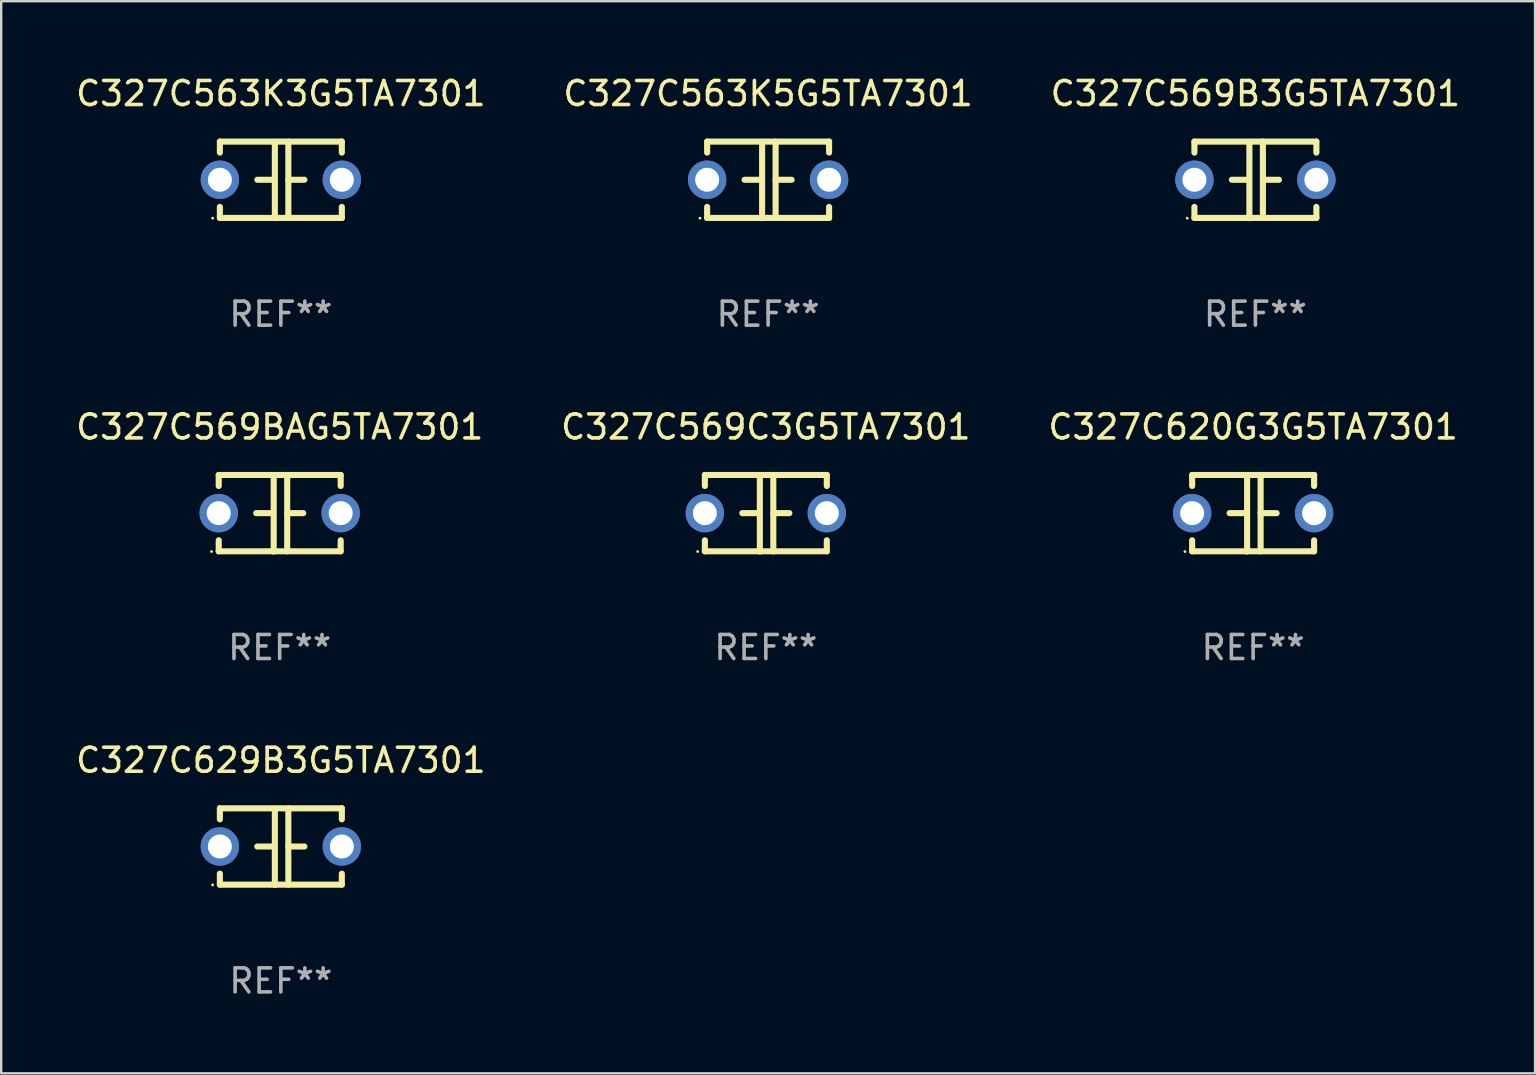
<source format=kicad_pcb>
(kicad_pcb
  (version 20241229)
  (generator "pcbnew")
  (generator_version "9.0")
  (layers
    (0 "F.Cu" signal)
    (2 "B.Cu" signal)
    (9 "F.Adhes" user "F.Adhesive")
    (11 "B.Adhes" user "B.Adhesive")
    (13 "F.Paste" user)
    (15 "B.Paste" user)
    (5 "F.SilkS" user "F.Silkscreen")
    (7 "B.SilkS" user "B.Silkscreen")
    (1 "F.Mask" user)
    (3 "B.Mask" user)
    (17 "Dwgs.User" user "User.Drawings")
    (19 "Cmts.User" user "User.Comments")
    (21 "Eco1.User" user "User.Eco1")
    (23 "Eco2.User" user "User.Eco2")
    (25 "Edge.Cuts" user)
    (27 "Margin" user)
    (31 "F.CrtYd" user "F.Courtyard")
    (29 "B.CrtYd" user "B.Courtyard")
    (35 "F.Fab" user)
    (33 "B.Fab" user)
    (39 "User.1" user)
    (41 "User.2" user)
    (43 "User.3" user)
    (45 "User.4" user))
  (footprint "C327C620G3G5TA7301"
    (layer "F.Cu")
    (at 49.149 18.33)
    (property "Reference" "C327C620G3G5TA7301" (at 0 -3.595 0) (layer "F.SilkS") (effects (font (size 1 1) (thickness 0.15))))
    (attr through_hole)
    (fp_line (start -2.54 -1.595) (end -2.54 -1.136) (stroke (width 0.254) (type solid)) (layer "F.SilkS"))
    (fp_line (start -2.54 -1.595) (end 2.54 -1.595) (stroke (width 0.254) (type solid)) (layer "F.SilkS"))
    (fp_line (start -2.54 1.126) (end -2.54 1.585) (stroke (width 0.254) (type solid)) (layer "F.SilkS"))
    (fp_line (start -0.312 -0.005) (end -0.98 -0.005) (stroke (width 0.254) (type solid)) (layer "F.SilkS"))
    (fp_line (start -0.25 -1.585) (end -0.25 1.595) (stroke (width 0.254) (type solid)) (layer "F.SilkS"))
    (fp_line (start 0.312 -1.595) (end 0.312 1.585) (stroke (width 0.254) (type solid)) (layer "F.SilkS"))
    (fp_line (start 0.312 -0.005) (end 0.98 -0.005) (stroke (width 0.254) (type solid)) (layer "F.SilkS"))
    (fp_line (start 2.54 -1.595) (end 2.54 -1.136) (stroke (width 0.254) (type solid)) (layer "F.SilkS"))
    (fp_line (start 2.54 1.126) (end 2.54 1.585) (stroke (width 0.254) (type solid)) (layer "F.SilkS"))
    (fp_line (start 2.54 1.585) (end -2.54 1.585) (stroke (width 0.254) (type solid)) (layer "F.SilkS"))
    (fp_circle (center -2.84 1.595) (end -2.81 1.595) (stroke (width 0.06) (type solid)) (fill no) (layer "F.SilkS"))
    (fp_text user "REF**" (at 0 5.595 0) (layer "F.Fab") (effects (font (size 1 1) (thickness 0.15))))
    (pad "1" thru_hole circle (at -2.54 -0.005) (size 1.6 1.6) (drill 1) (layers "*.Cu" "*.Mask"))
    (pad "2" thru_hole circle (at 2.54 -0.005) (size 1.6 1.6) (drill 1) (layers "*.Cu" "*.Mask")))
  (footprint "C327C569B3G5TA7301"
    (layer "F.Cu")
    (at 49.244 4.443)
    (property "Reference" "C327C569B3G5TA7301" (at 0 -3.595 0) (layer "F.SilkS") (effects (font (size 1 1) (thickness 0.15))))
    (attr through_hole)
    (fp_line (start -2.54 -1.595) (end -2.54 -1.136) (stroke (width 0.254) (type solid)) (layer "F.SilkS"))
    (fp_line (start -2.54 -1.595) (end 2.54 -1.595) (stroke (width 0.254) (type solid)) (layer "F.SilkS"))
    (fp_line (start -2.54 1.126) (end -2.54 1.585) (stroke (width 0.254) (type solid)) (layer "F.SilkS"))
    (fp_line (start -0.312 -0.005) (end -0.98 -0.005) (stroke (width 0.254) (type solid)) (layer "F.SilkS"))
    (fp_line (start -0.25 -1.585) (end -0.25 1.595) (stroke (width 0.254) (type solid)) (layer "F.SilkS"))
    (fp_line (start 0.312 -1.595) (end 0.312 1.585) (stroke (width 0.254) (type solid)) (layer "F.SilkS"))
    (fp_line (start 0.312 -0.005) (end 0.98 -0.005) (stroke (width 0.254) (type solid)) (layer "F.SilkS"))
    (fp_line (start 2.54 -1.595) (end 2.54 -1.136) (stroke (width 0.254) (type solid)) (layer "F.SilkS"))
    (fp_line (start 2.54 1.126) (end 2.54 1.585) (stroke (width 0.254) (type solid)) (layer "F.SilkS"))
    (fp_line (start 2.54 1.585) (end -2.54 1.585) (stroke (width 0.254) (type solid)) (layer "F.SilkS"))
    (fp_circle (center -2.84 1.595) (end -2.81 1.595) (stroke (width 0.06) (type solid)) (fill no) (layer "F.SilkS"))
    (fp_text user "REF**" (at 0 5.595 0) (layer "F.Fab") (effects (font (size 1 1) (thickness 0.15))))
    (pad "1" thru_hole circle (at -2.54 -0.005) (size 1.6 1.6) (drill 1) (layers "*.Cu" "*.Mask"))
    (pad "2" thru_hole circle (at 2.54 -0.005) (size 1.6 1.6) (drill 1) (layers "*.Cu" "*.Mask")))
  (footprint "C327C563K3G5TA7301"
    (layer "F.Cu")
    (at 8.649 4.443)
    (property "Reference" "C327C563K3G5TA7301" (at 0 -3.595 0) (layer "F.SilkS") (effects (font (size 1 1) (thickness 0.15))))
    (attr through_hole)
    (fp_line (start -2.54 -1.595) (end -2.54 -1.136) (stroke (width 0.254) (type solid)) (layer "F.SilkS"))
    (fp_line (start -2.54 -1.595) (end 2.54 -1.595) (stroke (width 0.254) (type solid)) (layer "F.SilkS"))
    (fp_line (start -2.54 1.126) (end -2.54 1.585) (stroke (width 0.254) (type solid)) (layer "F.SilkS"))
    (fp_line (start -0.312 -0.005) (end -0.98 -0.005) (stroke (width 0.254) (type solid)) (layer "F.SilkS"))
    (fp_line (start -0.25 -1.585) (end -0.25 1.595) (stroke (width 0.254) (type solid)) (layer "F.SilkS"))
    (fp_line (start 0.312 -1.595) (end 0.312 1.585) (stroke (width 0.254) (type solid)) (layer "F.SilkS"))
    (fp_line (start 0.312 -0.005) (end 0.98 -0.005) (stroke (width 0.254) (type solid)) (layer "F.SilkS"))
    (fp_line (start 2.54 -1.595) (end 2.54 -1.136) (stroke (width 0.254) (type solid)) (layer "F.SilkS"))
    (fp_line (start 2.54 1.126) (end 2.54 1.585) (stroke (width 0.254) (type solid)) (layer "F.SilkS"))
    (fp_line (start 2.54 1.585) (end -2.54 1.585) (stroke (width 0.254) (type solid)) (layer "F.SilkS"))
    (fp_circle (center -2.84 1.595) (end -2.81 1.595) (stroke (width 0.06) (type solid)) (fill no) (layer "F.SilkS"))
    (fp_text user "REF**" (at 0 5.595 0) (layer "F.Fab") (effects (font (size 1 1) (thickness 0.15))))
    (pad "1" thru_hole circle (at -2.54 -0.005) (size 1.6 1.6) (drill 1) (layers "*.Cu" "*.Mask"))
    (pad "2" thru_hole circle (at 2.54 -0.005) (size 1.6 1.6) (drill 1) (layers "*.Cu" "*.Mask")))
  (footprint "C327C629B3G5TA7301"
    (layer "F.Cu")
    (at 8.649 32.216)
    (property "Reference" "C327C629B3G5TA7301" (at 0 -3.595 0) (layer "F.SilkS") (effects (font (size 1 1) (thickness 0.15))))
    (attr through_hole)
    (fp_line (start -2.54 -1.595) (end -2.54 -1.136) (stroke (width 0.254) (type solid)) (layer "F.SilkS"))
    (fp_line (start -2.54 -1.595) (end 2.54 -1.595) (stroke (width 0.254) (type solid)) (layer "F.SilkS"))
    (fp_line (start -2.54 1.126) (end -2.54 1.585) (stroke (width 0.254) (type solid)) (layer "F.SilkS"))
    (fp_line (start -0.312 -0.005) (end -0.98 -0.005) (stroke (width 0.254) (type solid)) (layer "F.SilkS"))
    (fp_line (start -0.25 -1.585) (end -0.25 1.595) (stroke (width 0.254) (type solid)) (layer "F.SilkS"))
    (fp_line (start 0.312 -1.595) (end 0.312 1.585) (stroke (width 0.254) (type solid)) (layer "F.SilkS"))
    (fp_line (start 0.312 -0.005) (end 0.98 -0.005) (stroke (width 0.254) (type solid)) (layer "F.SilkS"))
    (fp_line (start 2.54 -1.595) (end 2.54 -1.136) (stroke (width 0.254) (type solid)) (layer "F.SilkS"))
    (fp_line (start 2.54 1.126) (end 2.54 1.585) (stroke (width 0.254) (type solid)) (layer "F.SilkS"))
    (fp_line (start 2.54 1.585) (end -2.54 1.585) (stroke (width 0.254) (type solid)) (layer "F.SilkS"))
    (fp_circle (center -2.84 1.595) (end -2.81 1.595) (stroke (width 0.06) (type solid)) (fill no) (layer "F.SilkS"))
    (fp_text user "REF**" (at 0 5.595 0) (layer "F.Fab") (effects (font (size 1 1) (thickness 0.15))))
    (pad "1" thru_hole circle (at -2.54 -0.005) (size 1.6 1.6) (drill 1) (layers "*.Cu" "*.Mask"))
    (pad "2" thru_hole circle (at 2.54 -0.005) (size 1.6 1.6) (drill 1) (layers "*.Cu" "*.Mask")))
  (footprint "C327C569BAG5TA7301"
    (layer "F.Cu")
    (at 8.601 18.33)
    (property "Reference" "C327C569BAG5TA7301" (at 0 -3.595 0) (layer "F.SilkS") (effects (font (size 1 1) (thickness 0.15))))
    (attr through_hole)
    (fp_line (start -2.54 -1.595) (end -2.54 -1.136) (stroke (width 0.254) (type solid)) (layer "F.SilkS"))
    (fp_line (start -2.54 -1.595) (end 2.54 -1.595) (stroke (width 0.254) (type solid)) (layer "F.SilkS"))
    (fp_line (start -2.54 1.126) (end -2.54 1.585) (stroke (width 0.254) (type solid)) (layer "F.SilkS"))
    (fp_line (start -0.312 -0.005) (end -0.98 -0.005) (stroke (width 0.254) (type solid)) (layer "F.SilkS"))
    (fp_line (start -0.25 -1.585) (end -0.25 1.595) (stroke (width 0.254) (type solid)) (layer "F.SilkS"))
    (fp_line (start 0.312 -1.595) (end 0.312 1.585) (stroke (width 0.254) (type solid)) (layer "F.SilkS"))
    (fp_line (start 0.312 -0.005) (end 0.98 -0.005) (stroke (width 0.254) (type solid)) (layer "F.SilkS"))
    (fp_line (start 2.54 -1.595) (end 2.54 -1.136) (stroke (width 0.254) (type solid)) (layer "F.SilkS"))
    (fp_line (start 2.54 1.126) (end 2.54 1.585) (stroke (width 0.254) (type solid)) (layer "F.SilkS"))
    (fp_line (start 2.54 1.585) (end -2.54 1.585) (stroke (width 0.254) (type solid)) (layer "F.SilkS"))
    (fp_circle (center -2.84 1.595) (end -2.81 1.595) (stroke (width 0.06) (type solid)) (fill no) (layer "F.SilkS"))
    (fp_text user "REF**" (at 0 5.595 0) (layer "F.Fab") (effects (font (size 1 1) (thickness 0.15))))
    (pad "1" thru_hole circle (at -2.54 -0.005) (size 1.6 1.6) (drill 1) (layers "*.Cu" "*.Mask"))
    (pad "2" thru_hole circle (at 2.54 -0.005) (size 1.6 1.6) (drill 1) (layers "*.Cu" "*.Mask")))
  (footprint "C327C563K5G5TA7301"
    (layer "F.Cu")
    (at 28.946 4.443)
    (property "Reference" "C327C563K5G5TA7301" (at 0 -3.595 0) (layer "F.SilkS") (effects (font (size 1 1) (thickness 0.15))))
    (attr through_hole)
    (fp_line (start -2.54 -1.595) (end -2.54 -1.136) (stroke (width 0.254) (type solid)) (layer "F.SilkS"))
    (fp_line (start -2.54 -1.595) (end 2.54 -1.595) (stroke (width 0.254) (type solid)) (layer "F.SilkS"))
    (fp_line (start -2.54 1.126) (end -2.54 1.585) (stroke (width 0.254) (type solid)) (layer "F.SilkS"))
    (fp_line (start -0.312 -0.005) (end -0.98 -0.005) (stroke (width 0.254) (type solid)) (layer "F.SilkS"))
    (fp_line (start -0.25 -1.585) (end -0.25 1.595) (stroke (width 0.254) (type solid)) (layer "F.SilkS"))
    (fp_line (start 0.312 -1.595) (end 0.312 1.585) (stroke (width 0.254) (type solid)) (layer "F.SilkS"))
    (fp_line (start 0.312 -0.005) (end 0.98 -0.005) (stroke (width 0.254) (type solid)) (layer "F.SilkS"))
    (fp_line (start 2.54 -1.595) (end 2.54 -1.136) (stroke (width 0.254) (type solid)) (layer "F.SilkS"))
    (fp_line (start 2.54 1.126) (end 2.54 1.585) (stroke (width 0.254) (type solid)) (layer "F.SilkS"))
    (fp_line (start 2.54 1.585) (end -2.54 1.585) (stroke (width 0.254) (type solid)) (layer "F.SilkS"))
    (fp_circle (center -2.84 1.595) (end -2.81 1.595) (stroke (width 0.06) (type solid)) (fill no) (layer "F.SilkS"))
    (fp_text user "REF**" (at 0 5.595 0) (layer "F.Fab") (effects (font (size 1 1) (thickness 0.15))))
    (pad "1" thru_hole circle (at -2.54 -0.005) (size 1.6 1.6) (drill 1) (layers "*.Cu" "*.Mask"))
    (pad "2" thru_hole circle (at 2.54 -0.005) (size 1.6 1.6) (drill 1) (layers "*.Cu" "*.Mask")))
  (footprint "C327C569C3G5TA7301"
    (layer "F.Cu")
    (at 28.851 18.33)
    (property "Reference" "C327C569C3G5TA7301" (at 0 -3.595 0) (layer "F.SilkS") (effects (font (size 1 1) (thickness 0.15))))
    (attr through_hole)
    (fp_line (start -2.54 -1.595) (end -2.54 -1.136) (stroke (width 0.254) (type solid)) (layer "F.SilkS"))
    (fp_line (start -2.54 -1.595) (end 2.54 -1.595) (stroke (width 0.254) (type solid)) (layer "F.SilkS"))
    (fp_line (start -2.54 1.126) (end -2.54 1.585) (stroke (width 0.254) (type solid)) (layer "F.SilkS"))
    (fp_line (start -0.312 -0.005) (end -0.98 -0.005) (stroke (width 0.254) (type solid)) (layer "F.SilkS"))
    (fp_line (start -0.25 -1.585) (end -0.25 1.595) (stroke (width 0.254) (type solid)) (layer "F.SilkS"))
    (fp_line (start 0.312 -1.595) (end 0.312 1.585) (stroke (width 0.254) (type solid)) (layer "F.SilkS"))
    (fp_line (start 0.312 -0.005) (end 0.98 -0.005) (stroke (width 0.254) (type solid)) (layer "F.SilkS"))
    (fp_line (start 2.54 -1.595) (end 2.54 -1.136) (stroke (width 0.254) (type solid)) (layer "F.SilkS"))
    (fp_line (start 2.54 1.126) (end 2.54 1.585) (stroke (width 0.254) (type solid)) (layer "F.SilkS"))
    (fp_line (start 2.54 1.585) (end -2.54 1.585) (stroke (width 0.254) (type solid)) (layer "F.SilkS"))
    (fp_circle (center -2.84 1.595) (end -2.81 1.595) (stroke (width 0.06) (type solid)) (fill no) (layer "F.SilkS"))
    (fp_text user "REF**" (at 0 5.595 0) (layer "F.Fab") (effects (font (size 1 1) (thickness 0.15))))
    (pad "1" thru_hole circle (at -2.54 -0.005) (size 1.6 1.6) (drill 1) (layers "*.Cu" "*.Mask"))
    (pad "2" thru_hole circle (at 2.54 -0.005) (size 1.6 1.6) (drill 1) (layers "*.Cu" "*.Mask")))
  (gr_rect
    (start -3 -3)
    (end 60.893 41.659)
    (stroke (width 0.1) (type default))
    (fill no)
    (layer "Edge.Cuts")))
</source>
